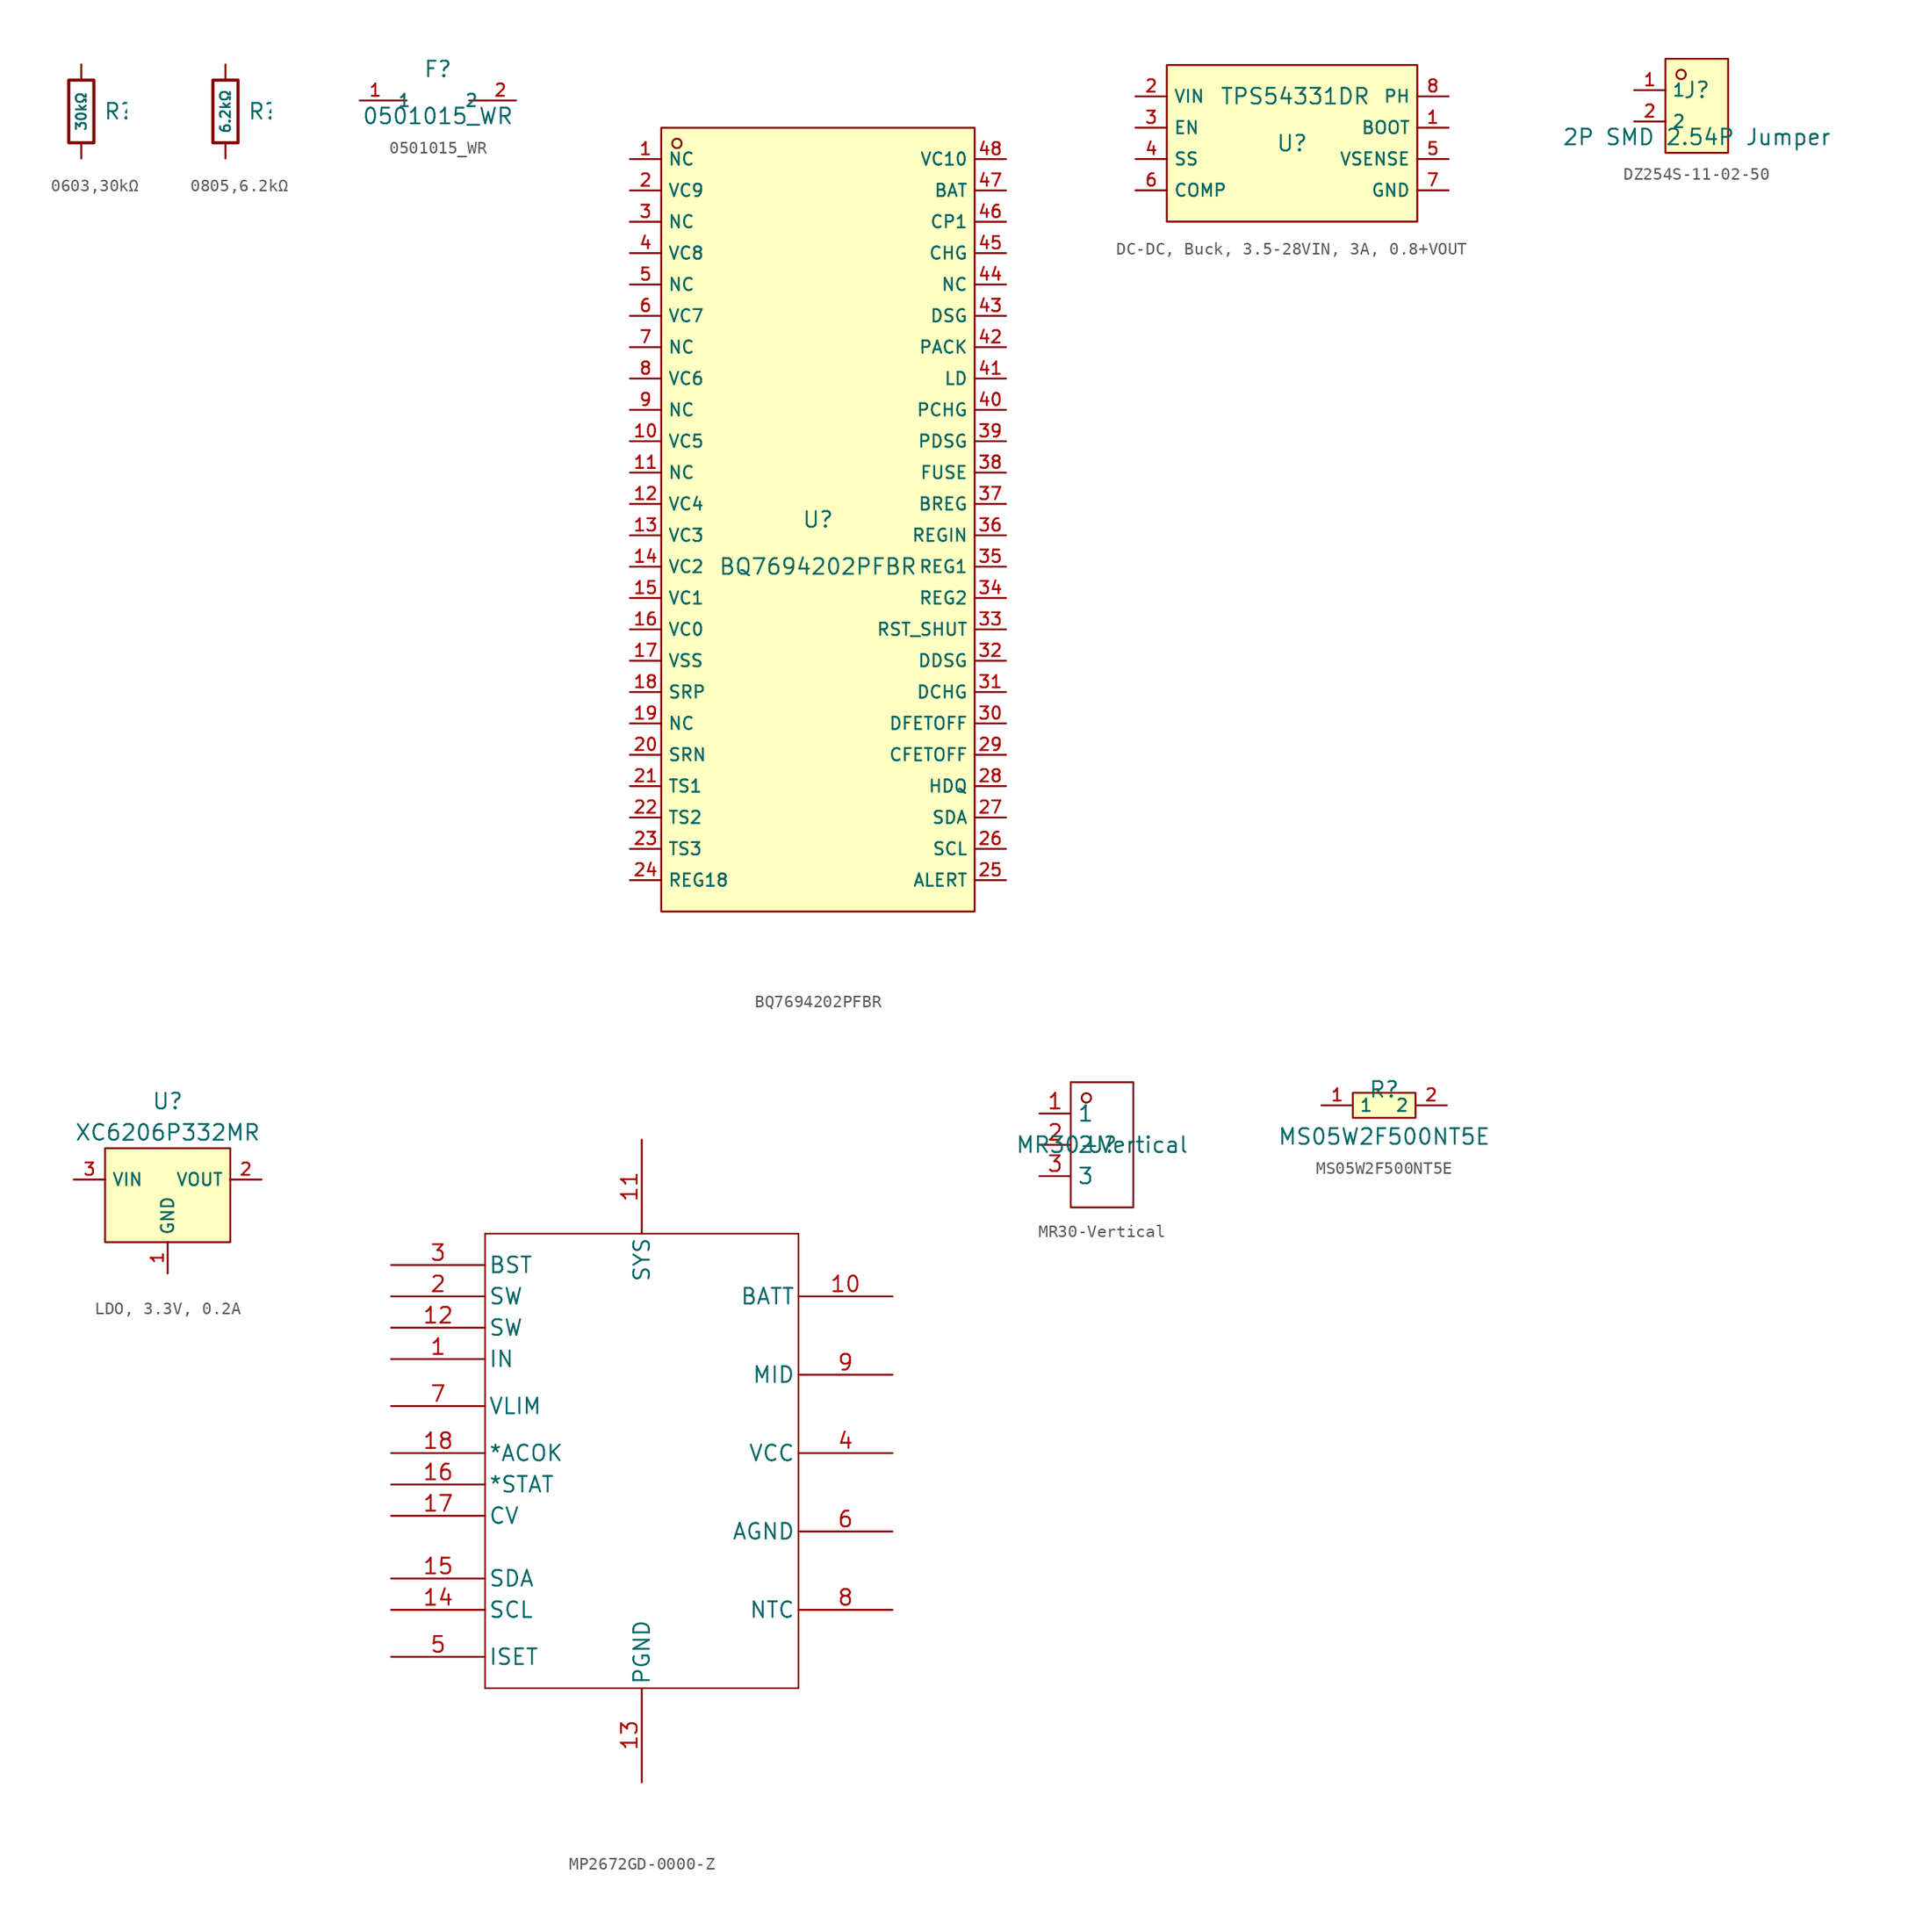
<source format=kicad_sym>
(kicad_symbol_lib
  (version 20241209)
  (generator "kicad_symbol_editor")
  (generator_version "9.0")
  (symbol "0603,30kΩ"
    (pin_numbers
      (hide yes))
    (pin_names
      (offset 0))
    (property "Reference" "R"
      (at 1.778 0 0)
      (effects (font (size 1.27 1.27)) (justify left)))
    (property "Value" "30kΩ"
      (at 0 0 90)
      (do_not_autoplace)
      (effects (font (size 0.8 0.8))))
    (symbol "0603,30kΩ_0_1"
      (rectangle (start -1.016 2.54) (end 1.016 -2.54) (stroke (width 0.254) (type default)) (fill (type none))))
    (symbol "0603,30kΩ_1_1"
      (pin passive line (at 0 3.81 270) (length 1.27) (name "~" (effects (font (size 1.27 1.27)))) (number "1" (effects (font (size 1.27 1.27)))))
      (pin passive line (at 0 -3.81 90) (length 1.27) (name "~" (effects (font (size 1.27 1.27)))) (number "2" (effects (font (size 1.27 1.27)))))))
  (symbol "0805,6.2kΩ"
    (pin_numbers
      (hide yes))
    (pin_names
      (offset 0))
    (property "Reference" "R"
      (at 1.778 0 0)
      (effects (font (size 1.27 1.27)) (justify left)))
    (property "Value" "6.2kΩ"
      (at 0 0 90)
      (do_not_autoplace)
      (effects (font (size 0.8 0.8))))
    (symbol "0805,6.2kΩ_0_1"
      (rectangle (start -1.016 2.54) (end 1.016 -2.54) (stroke (width 0.254) (type default)) (fill (type none))))
    (symbol "0805,6.2kΩ_1_1"
      (pin passive line (at 0 3.81 270) (length 1.27) (name "~" (effects (font (size 1.27 1.27)))) (number "1" (effects (font (size 1.27 1.27)))))
      (pin passive line (at 0 -3.81 90) (length 1.27) (name "~" (effects (font (size 1.27 1.27)))) (number "2" (effects (font (size 1.27 1.27)))))))
  (symbol "0501015_WR"
    (property "Reference" "F"
      (at 0 1.27 0)
      (effects (font (size 1.27 1.27))))
    (property "Value" "0501015_WR"
      (at 0 -2.54 0)
      (effects (font (size 1.27 1.27))))
    (symbol "0501015_WR_0_1"
      (polyline (pts (xy -3.81 -1.27) (xy -2.54 -1.27)) (stroke (width 0) (type default)) (fill (type none)))
      (polyline (pts (xy 2.54 -1.27) (xy 3.81 -1.27)) (stroke (width 0) (type default)) (fill (type none)))
      (pin unspecified line (at -6.35 -1.27 0) (length 2.54) (name "1" (effects (font (size 1 1)))) (number "1" (effects (font (size 1 1)))))
      (pin unspecified line (at 6.35 -1.27 180) (length 2.54) (name "2" (effects (font (size 1 1)))) (number "2" (effects (font (size 1 1)))))))
  (symbol "BQ7694202PFBR"
    (property "Reference" "U"
      (at 0 1.27 0)
      (effects (font (size 1.27 1.27))))
    (property "Value" "BQ7694202PFBR"
      (at 0 -2.54 0)
      (effects (font (size 1.27 1.27))))
    (symbol "BQ7694202PFBR_0_1"
      (rectangle (start -12.7 33.02) (end 12.7 -30.48) (stroke (width 0) (type default)) (fill (type background)))
      (circle (center -11.43 31.75) (radius 0.381) (stroke (width 0) (type default)) (fill (type background)))
      (pin unspecified line (at -15.24 30.48 0) (length 2.54) (name "NC" (effects (font (size 1 1)))) (number "1" (effects (font (size 1 1)))))
      (pin unspecified line (at -15.24 27.94 0) (length 2.54) (name "VC9" (effects (font (size 1 1)))) (number "2" (effects (font (size 1 1)))))
      (pin unspecified line (at -15.24 25.4 0) (length 2.54) (name "NC" (effects (font (size 1 1)))) (number "3" (effects (font (size 1 1)))))
      (pin unspecified line (at -15.24 22.86 0) (length 2.54) (name "VC8" (effects (font (size 1 1)))) (number "4" (effects (font (size 1 1)))))
      (pin unspecified line (at -15.24 20.32 0) (length 2.54) (name "NC" (effects (font (size 1 1)))) (number "5" (effects (font (size 1 1)))))
      (pin unspecified line (at -15.24 17.78 0) (length 2.54) (name "VC7" (effects (font (size 1 1)))) (number "6" (effects (font (size 1 1)))))
      (pin unspecified line (at -15.24 15.24 0) (length 2.54) (name "NC" (effects (font (size 1 1)))) (number "7" (effects (font (size 1 1)))))
      (pin unspecified line (at -15.24 12.7 0) (length 2.54) (name "VC6" (effects (font (size 1 1)))) (number "8" (effects (font (size 1 1)))))
      (pin unspecified line (at -15.24 10.16 0) (length 2.54) (name "NC" (effects (font (size 1 1)))) (number "9" (effects (font (size 1 1)))))
      (pin unspecified line (at -15.24 7.62 0) (length 2.54) (name "VC5" (effects (font (size 1 1)))) (number "10" (effects (font (size 1 1)))))
      (pin unspecified line (at -15.24 5.08 0) (length 2.54) (name "NC" (effects (font (size 1 1)))) (number "11" (effects (font (size 1 1)))))
      (pin unspecified line (at -15.24 2.54 0) (length 2.54) (name "VC4" (effects (font (size 1 1)))) (number "12" (effects (font (size 1 1)))))
      (pin unspecified line (at -15.24 0 0) (length 2.54) (name "VC3" (effects (font (size 1 1)))) (number "13" (effects (font (size 1 1)))))
      (pin unspecified line (at -15.24 -2.54 0) (length 2.54) (name "VC2" (effects (font (size 1 1)))) (number "14" (effects (font (size 1 1)))))
      (pin unspecified line (at -15.24 -5.08 0) (length 2.54) (name "VC1" (effects (font (size 1 1)))) (number "15" (effects (font (size 1 1)))))
      (pin unspecified line (at -15.24 -7.62 0) (length 2.54) (name "VC0" (effects (font (size 1 1)))) (number "16" (effects (font (size 1 1)))))
      (pin unspecified line (at -15.24 -10.16 0) (length 2.54) (name "VSS" (effects (font (size 1 1)))) (number "17" (effects (font (size 1 1)))))
      (pin unspecified line (at -15.24 -12.7 0) (length 2.54) (name "SRP" (effects (font (size 1 1)))) (number "18" (effects (font (size 1 1)))))
      (pin unspecified line (at -15.24 -15.24 0) (length 2.54) (name "NC" (effects (font (size 1 1)))) (number "19" (effects (font (size 1 1)))))
      (pin unspecified line (at -15.24 -17.78 0) (length 2.54) (name "SRN" (effects (font (size 1 1)))) (number "20" (effects (font (size 1 1)))))
      (pin unspecified line (at -15.24 -20.32 0) (length 2.54) (name "TS1" (effects (font (size 1 1)))) (number "21" (effects (font (size 1 1)))))
      (pin unspecified line (at -15.24 -22.86 0) (length 2.54) (name "TS2" (effects (font (size 1 1)))) (number "22" (effects (font (size 1 1)))))
      (pin unspecified line (at -15.24 -25.4 0) (length 2.54) (name "TS3" (effects (font (size 1 1)))) (number "23" (effects (font (size 1 1)))))
      (pin unspecified line (at -15.24 -27.94 0) (length 2.54) (name "REG18" (effects (font (size 1 1)))) (number "24" (effects (font (size 1 1)))))
      (pin unspecified line (at 15.24 30.48 180) (length 2.54) (name "VC10" (effects (font (size 1 1)))) (number "48" (effects (font (size 1 1)))))
      (pin unspecified line (at 15.24 27.94 180) (length 2.54) (name "BAT" (effects (font (size 1 1)))) (number "47" (effects (font (size 1 1)))))
      (pin unspecified line (at 15.24 25.4 180) (length 2.54) (name "CP1" (effects (font (size 1 1)))) (number "46" (effects (font (size 1 1)))))
      (pin unspecified line (at 15.24 22.86 180) (length 2.54) (name "CHG" (effects (font (size 1 1)))) (number "45" (effects (font (size 1 1)))))
      (pin unspecified line (at 15.24 20.32 180) (length 2.54) (name "NC" (effects (font (size 1 1)))) (number "44" (effects (font (size 1 1)))))
      (pin unspecified line (at 15.24 17.78 180) (length 2.54) (name "DSG" (effects (font (size 1 1)))) (number "43" (effects (font (size 1 1)))))
      (pin unspecified line (at 15.24 15.24 180) (length 2.54) (name "PACK" (effects (font (size 1 1)))) (number "42" (effects (font (size 1 1)))))
      (pin unspecified line (at 15.24 12.7 180) (length 2.54) (name "LD" (effects (font (size 1 1)))) (number "41" (effects (font (size 1 1)))))
      (pin unspecified line (at 15.24 10.16 180) (length 2.54) (name "PCHG" (effects (font (size 1 1)))) (number "40" (effects (font (size 1 1)))))
      (pin unspecified line (at 15.24 7.62 180) (length 2.54) (name "PDSG" (effects (font (size 1 1)))) (number "39" (effects (font (size 1 1)))))
      (pin unspecified line (at 15.24 5.08 180) (length 2.54) (name "FUSE" (effects (font (size 1 1)))) (number "38" (effects (font (size 1 1)))))
      (pin unspecified line (at 15.24 2.54 180) (length 2.54) (name "BREG" (effects (font (size 1 1)))) (number "37" (effects (font (size 1 1)))))
      (pin unspecified line (at 15.24 0 180) (length 2.54) (name "REGIN" (effects (font (size 1 1)))) (number "36" (effects (font (size 1 1)))))
      (pin unspecified line (at 15.24 -2.54 180) (length 2.54) (name "REG1" (effects (font (size 1 1)))) (number "35" (effects (font (size 1 1)))))
      (pin unspecified line (at 15.24 -5.08 180) (length 2.54) (name "REG2" (effects (font (size 1 1)))) (number "34" (effects (font (size 1 1)))))
      (pin unspecified line (at 15.24 -7.62 180) (length 2.54) (name "RST_SHUT" (effects (font (size 1 1)))) (number "33" (effects (font (size 1 1)))))
      (pin unspecified line (at 15.24 -10.16 180) (length 2.54) (name "DDSG" (effects (font (size 1 1)))) (number "32" (effects (font (size 1 1)))))
      (pin unspecified line (at 15.24 -12.7 180) (length 2.54) (name "DCHG" (effects (font (size 1 1)))) (number "31" (effects (font (size 1 1)))))
      (pin unspecified line (at 15.24 -15.24 180) (length 2.54) (name "DFETOFF" (effects (font (size 1 1)))) (number "30" (effects (font (size 1 1)))))
      (pin unspecified line (at 15.24 -17.78 180) (length 2.54) (name "CFETOFF" (effects (font (size 1 1)))) (number "29" (effects (font (size 1 1)))))
      (pin unspecified line (at 15.24 -20.32 180) (length 2.54) (name "HDQ" (effects (font (size 1 1)))) (number "28" (effects (font (size 1 1)))))
      (pin unspecified line (at 15.24 -22.86 180) (length 2.54) (name "SDA" (effects (font (size 1 1)))) (number "27" (effects (font (size 1 1)))))
      (pin unspecified line (at 15.24 -25.4 180) (length 2.54) (name "SCL" (effects (font (size 1 1)))) (number "26" (effects (font (size 1 1)))))
      (pin unspecified line (at 15.24 -27.94 180) (length 2.54) (name "ALERT" (effects (font (size 1 1)))) (number "25" (effects (font (size 1 1)))))))
  (symbol "DC-DC, Buck, 3.5-28VIN, 3A, 0.8+VOUT"
    (property "Reference" "U"
      (at 0 1.27 0)
      (effects (font (size 1.27 1.27))))
    (property "Value" "TPS54331DR"
      (at 0.254 5.08 0)
      (effects (font (size 1.27 1.27))))
    (symbol "DC-DC, Buck, 3.5-28VIN, 3A, 0.8+VOUT_0_1"
      (rectangle (start -10.16 7.62) (end 10.16 -5.08) (stroke (width 0) (type default)) (fill (type background))))
    (symbol "DC-DC, Buck, 3.5-28VIN, 3A, 0.8+VOUT_1_1"
      (pin power_in line (at -12.7 5.08 0) (length 2.56) (name "VIN" (effects (font (size 1 1)))) (number "2" (effects (font (size 1 1)))))
      (pin unspecified line (at -12.7 2.54 0) (length 2.56) (name "EN" (effects (font (size 1 1)))) (number "3" (effects (font (size 1 1)))))
      (pin unspecified line (at -12.7 0 0) (length 2.56) (name "SS" (effects (font (size 1 1)))) (number "4" (effects (font (size 1 1)))))
      (pin unspecified line (at -12.7 -2.54 0) (length 2.56) (name "COMP" (effects (font (size 1 1)))) (number "6" (effects (font (size 1 1)))))
      (pin power_in line (at 12.7 5.08 180) (length 2.56) (name "PH" (effects (font (size 1 1)))) (number "8" (effects (font (size 1 1)))))
      (pin unspecified line (at 12.7 2.54 180) (length 2.56) (name "BOOT" (effects (font (size 1 1)))) (number "1" (effects (font (size 1 1)))))
      (pin unspecified line (at 12.7 0 180) (length 2.56) (name "VSENSE" (effects (font (size 1 1)))) (number "5" (effects (font (size 1 1)))))
      (pin power_in line (at 12.7 -2.54 180) (length 2.56) (name "GND" (effects (font (size 1 1)))) (number "7" (effects (font (size 1 1)))))))
  (symbol "DZ254S-11-02-50"
    (property "Reference" "J"
      (at 0 1.27 0)
      (effects (font (size 1.27 1.27))))
    (property "Value" "2P SMD 2.54P Jumper"
      (at 0 -2.54 0)
      (effects (font (size 1.27 1.27))))
    (symbol "DZ254S-11-02-50_0_1"
      (rectangle (start -2.54 3.81) (end 2.54 -3.81) (stroke (width 0) (type default)) (fill (type background)))
      (circle (center -1.27 2.54) (radius 0.381) (stroke (width 0) (type default)) (fill (type background)))
      (pin unspecified line (at -5.08 1.27 0) (length 2.54) (name "1" (effects (font (size 1 1)))) (number "1" (effects (font (size 1 1)))))
      (pin unspecified line (at -5.08 -1.27 0) (length 2.54) (name "2" (effects (font (size 1 1)))) (number "2" (effects (font (size 1 1)))))))
  (symbol "LDO, 3.3V, 0.2A"
    (property "Reference" "U"
      (at 0 8.89 0)
      (effects (font (size 1.27 1.27))))
    (property "Value" "XC6206P332MR"
      (at 0 6.35 0)
      (effects (font (size 1.27 1.27))))
    (symbol "LDO, 3.3V, 0.2A_0_1"
      (rectangle (start -5.08 5.08) (end 5.08 -2.54) (stroke (width 0) (type default)) (fill (type background))))
    (symbol "LDO, 3.3V, 0.2A_1_1"
      (pin unspecified line (at -7.62 2.54 0) (length 2.56) (name "VIN" (effects (font (size 1 1)))) (number "3" (effects (font (size 1 1)))))
      (pin unspecified line (at 0 -5.08 90) (length 2.56) (name "GND" (effects (font (size 1 1)))) (number "1" (effects (font (size 1 1)))))
      (pin unspecified line (at 7.62 2.54 180) (length 2.56) (name "VOUT" (effects (font (size 1 1)))) (number "2" (effects (font (size 1 1)))))))
  (symbol "MP2672GD-0000-Z"
    (pin_names
      (offset 0.254))
    (property "Reference" "U"
      (at -2.032 5.842 0)
      (effects (font (size 1.524 1.524)) (hide yes)))
    (symbol "MP2672GD-0000-Z_0_1"
      (polyline (pts (xy 0 0) (xy 0 -36.83)) (stroke (width 0.127) (type default)) (fill (type none)))
      (polyline (pts (xy 0 -36.83) (xy 25.4 -36.83)) (stroke (width 0.127) (type default)) (fill (type none)))
      (polyline (pts (xy 25.4 0) (xy 0 0)) (stroke (width 0.127) (type default)) (fill (type none)))
      (polyline (pts (xy 25.4 -36.83) (xy 25.4 0)) (stroke (width 0.127) (type default)) (fill (type none)))
      (pin power_in line (at -7.62 -2.54 0) (length 7.62) (name "BST" (effects (font (size 1.27 1.27)))) (number "3" (effects (font (size 1.27 1.27)))))
      (pin power_in line (at -7.62 -5.08 0) (length 7.62) (name "SW" (effects (font (size 1.27 1.27)))) (number "2" (effects (font (size 1.27 1.27)))))
      (pin power_in line (at -7.62 -7.62 0) (length 7.62) (name "SW" (effects (font (size 1.27 1.27)))) (number "12" (effects (font (size 1.27 1.27)))))
      (pin power_in line (at -7.62 -10.16 0) (length 7.62) (name "IN" (effects (font (size 1.27 1.27)))) (number "1" (effects (font (size 1.27 1.27)))))
      (pin input line (at -7.62 -13.97 0) (length 7.62) (name "VLIM" (effects (font (size 1.27 1.27)))) (number "7" (effects (font (size 1.27 1.27)))))
      (pin output line (at -7.62 -17.78 0) (length 7.62) (name "*ACOK" (effects (font (size 1.27 1.27)))) (number "18" (effects (font (size 1.27 1.27)))))
      (pin output line (at -7.62 -20.32 0) (length 7.62) (name "*STAT" (effects (font (size 1.27 1.27)))) (number "16" (effects (font (size 1.27 1.27)))))
      (pin input line (at -7.62 -22.86 0) (length 7.62) (name "CV" (effects (font (size 1.27 1.27)))) (number "17" (effects (font (size 1.27 1.27)))))
      (pin input line (at -7.62 -34.29 0) (length 7.62) (name "ISET" (effects (font (size 1.27 1.27)))) (number "5" (effects (font (size 1.27 1.27)))))
      (pin power_in line (at 12.7 7.62 270) (length 7.62) (name "SYS" (effects (font (size 1.27 1.27)))) (number "11" (effects (font (size 1.27 1.27)))))
      (pin power_in line (at 12.7 -44.45 90) (length 7.62) (name "PGND" (effects (font (size 1.27 1.27)))) (number "13" (effects (font (size 1.27 1.27)))))
      (pin power_in line (at 33.02 -5.08 180) (length 7.62) (name "BATT" (effects (font (size 1.27 1.27)))) (number "10" (effects (font (size 1.27 1.27)))))
      (pin power_in line (at 33.02 -11.43 180) (length 7.62) (name "MID" (effects (font (size 1.27 1.27)))) (number "9" (effects (font (size 1.27 1.27)))))
      (pin power_in line (at 33.02 -17.78 180) (length 7.62) (name "VCC" (effects (font (size 1.27 1.27)))) (number "4" (effects (font (size 1.27 1.27)))))
      (pin power_in line (at 33.02 -24.13 180) (length 7.62) (name "AGND" (effects (font (size 1.27 1.27)))) (number "6" (effects (font (size 1.27 1.27)))))
      (pin input line (at 33.02 -30.48 180) (length 7.62) (name "NTC" (effects (font (size 1.27 1.27)))) (number "8" (effects (font (size 1.27 1.27))))))
    (symbol "MP2672GD-0000-Z_1_1"
      (pin bidirectional line (at -7.62 -27.94 0) (length 7.62) (name "SDA" (effects (font (size 1.27 1.27)))) (number "15" (effects (font (size 1.27 1.27)))))
      (pin input line (at -7.62 -30.48 0) (length 7.62) (name "SCL" (effects (font (size 1.27 1.27)))) (number "14" (effects (font (size 1.27 1.27)))))))
  (symbol "MR30-Vertical"
    (property "Reference" "U"
      (at 0 0 0)
      (effects (font (size 1.27 1.27))))
    (property "Value" "MR30-Vertical"
      (at 0 0 0)
      (effects (font (size 1.27 1.27))))
    (symbol "MR30-Vertical_1_0"
      (rectangle (start -2.54 -5.08) (end 2.54 5.08) (stroke (width 0) (type default)) (fill (type none)))
      (circle (center -1.27 3.81) (radius 0.381) (stroke (width 0) (type default)) (fill (type none)))
      (pin input line (at -5.08 2.54 0) (length 2.54) (name "1" (effects (font (size 1.27 1.27)))) (number "1" (effects (font (size 1.27 1.27)))))
      (pin input line (at -5.08 0 0) (length 2.54) (name "2" (effects (font (size 1.27 1.27)))) (number "2" (effects (font (size 1.27 1.27)))))
      (pin input line (at -5.08 -2.54 0) (length 2.54) (name "3" (effects (font (size 1.27 1.27)))) (number "3" (effects (font (size 1.27 1.27)))))))
  (symbol "MS05W2F500NT5E"
    (property "Reference" "R"
      (at 0 1.27 0)
      (effects (font (size 1.27 1.27))))
    (property "Value" "MS05W2F500NT5E"
      (at 0 -2.54 0)
      (effects (font (size 1.27 1.27))))
    (symbol "MS05W2F500NT5E_0_1"
      (rectangle (start -2.54 1.016) (end 2.54 -1.016) (stroke (width 0) (type default)) (fill (type background)))
      (pin unspecified line (at -5.08 0 0) (length 2.54) (name "1" (effects (font (size 1 1)))) (number "1" (effects (font (size 1 1)))))
      (pin unspecified line (at 5.08 0 180) (length 2.54) (name "2" (effects (font (size 1 1)))) (number "2" (effects (font (size 1 1))))))))
</source>
